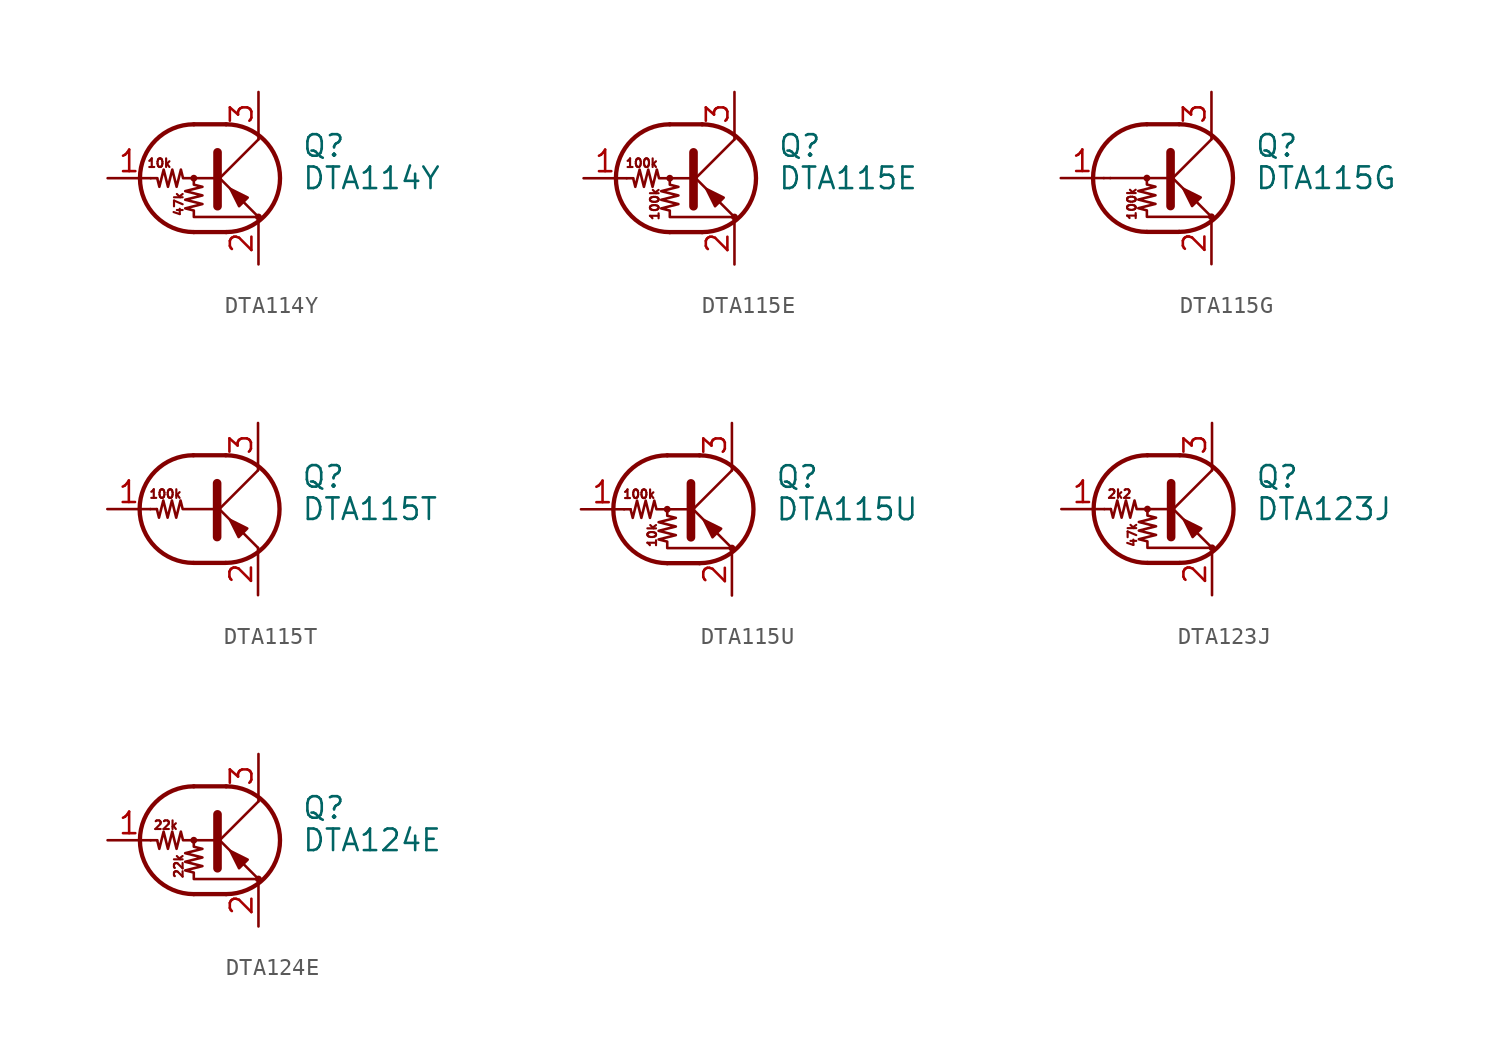
<source format=kicad_sym>
(kicad_symbol_lib
  (version 20201005)
  (generator kicad_symbol_editor)
  (symbol "DTA114Y"
    (pin_names
      (offset 0) hide)
    (property "Reference" "Q"
      (at 5.08 1.905 0)
      (effects (font (size 1.27 1.27)) (justify left)))
    (property "Value" "DTA114Y"
      (at 5.08 0 0)
      (effects (font (size 1.27 1.27)) (justify left)))
    (symbol "DTA114Y_0_0"
      (text "10k" (at -3.302 0.889 0) (effects (font (size 0.508 0.508))))
      (text "47k" (at -2.159 -1.524 900) (effects (font (size 0.508 0.508)))))
    (symbol "DTA114Y_0_1"
      (arc (start -1.27 3.175) (end -1.27 -3.175) (radius (at -1.27 0) (length 3.175) (angles 90.1 -90.1)) (stroke (width 0.254)) (fill (type none)))
      (arc (start 0.635 -3.175) (end 0.635 3.175) (radius (at 0.635 0) (length 3.175) (angles -89.9 89.9)) (stroke (width 0.254)) (fill (type none)))
      (circle (center -1.27 0) (radius 0.127) (stroke (width 0)) (fill (type none)))
      (circle (center 2.54 -2.286) (radius 0.127) (stroke (width 0)) (fill (type none)))
      (polyline (pts (xy -3.429 0) (xy -3.81 0)) (stroke (width 0)) (fill (type none)))
      (polyline (pts (xy -1.27 -3.175) (xy 0.635 -3.175)) (stroke (width 0.254)) (fill (type none)))
      (polyline (pts (xy -1.27 3.175) (xy 0.635 3.175)) (stroke (width 0.254)) (fill (type none)))
      (polyline (pts (xy 0 -0.254) (xy 2.54 2.286)) (stroke (width 0)) (fill (type none)))
      (polyline (pts (xy 0.127 1.524) (xy 0.127 -1.651)) (stroke (width 0.508)) (fill (type outline)))
      (polyline (pts (xy 2.54 2.286) (xy 2.54 2.54)) (stroke (width 0)) (fill (type none)))
      (polyline (pts (xy 2.54 -2.286) (xy 0 0.254) (xy 0 0.254)) (stroke (width 0)) (fill (type none)))
      (polyline (pts (xy 1.397 -1.651) (xy 1.905 -1.143) (xy 0.889 -0.635) (xy 1.397 -1.651)) (stroke (width 0)) (fill (type outline)))
      (polyline (pts (xy 0 0) (xy -1.905 0) (xy -2.032 0.508) (xy -2.286 -0.508) (xy -2.54 0.508) (xy -2.794 -0.508) (xy -3.048 0.508) (xy -3.302 -0.508) (xy -3.429 0)) (stroke (width 0)) (fill (type none)))
      (polyline (pts (xy -1.27 0) (xy -1.27 -0.381) (xy -0.762 -0.508) (xy -1.778 -0.762) (xy -0.762 -1.016) (xy -1.778 -1.27) (xy -0.762 -1.524) (xy -1.778 -1.778) (xy -1.27 -1.905) (xy -1.27 -2.286) (xy 2.54 -2.286)) (stroke (width 0)) (fill (type none))))
    (symbol "DTA114Y_1_1"
      (pin input line (at -6.35 0 0) (length 2.54) (name "B" (effects (font (size 1.27 1.27)))) (number "1" (effects (font (size 1.27 1.27)))))
      (pin passive line (at 2.54 -5.08 90) (length 2.54) (name "E" (effects (font (size 1.27 1.27)))) (number "2" (effects (font (size 1.27 1.27)))))
      (pin passive line (at 2.54 5.08 270) (length 2.54) (name "C" (effects (font (size 1.27 1.27)))) (number "3" (effects (font (size 1.27 1.27)))))))
  (symbol "DTA115E"
    (pin_names
      (offset 0) hide)
    (property "Reference" "Q"
      (at 5.08 1.905 0)
      (effects (font (size 1.27 1.27)) (justify left)))
    (property "Value" "DTA115E"
      (at 5.08 0 0)
      (effects (font (size 1.27 1.27)) (justify left)))
    (symbol "DTA115E_0_0"
      (text "100k" (at -2.921 0.889 0) (effects (font (size 0.508 0.508))))
      (text "100k" (at -2.159 -1.524 900) (effects (font (size 0.508 0.508)))))
    (symbol "DTA115E_0_1"
      (arc (start -1.27 3.175) (end -1.27 -3.175) (radius (at -1.27 0) (length 3.175) (angles 90.1 -90.1)) (stroke (width 0.254)) (fill (type none)))
      (arc (start 0.635 -3.175) (end 0.635 3.175) (radius (at 0.635 0) (length 3.175) (angles -89.9 89.9)) (stroke (width 0.254)) (fill (type none)))
      (circle (center -1.27 0) (radius 0.127) (stroke (width 0)) (fill (type none)))
      (circle (center 2.54 -2.286) (radius 0.127) (stroke (width 0)) (fill (type none)))
      (polyline (pts (xy -3.429 0) (xy -3.81 0)) (stroke (width 0)) (fill (type none)))
      (polyline (pts (xy -1.27 -3.175) (xy 0.635 -3.175)) (stroke (width 0.254)) (fill (type none)))
      (polyline (pts (xy -1.27 3.175) (xy 0.635 3.175)) (stroke (width 0.254)) (fill (type none)))
      (polyline (pts (xy 0 -0.254) (xy 2.54 2.286)) (stroke (width 0)) (fill (type none)))
      (polyline (pts (xy 0.127 1.524) (xy 0.127 -1.651)) (stroke (width 0.508)) (fill (type outline)))
      (polyline (pts (xy 2.54 2.286) (xy 2.54 2.54)) (stroke (width 0)) (fill (type none)))
      (polyline (pts (xy 2.54 -2.286) (xy 0 0.254) (xy 0 0.254)) (stroke (width 0)) (fill (type none)))
      (polyline (pts (xy 1.397 -1.651) (xy 1.905 -1.143) (xy 0.889 -0.635) (xy 1.397 -1.651)) (stroke (width 0)) (fill (type outline)))
      (polyline (pts (xy 0 0) (xy -1.905 0) (xy -2.032 0.508) (xy -2.286 -0.508) (xy -2.54 0.508) (xy -2.794 -0.508) (xy -3.048 0.508) (xy -3.302 -0.508) (xy -3.429 0)) (stroke (width 0)) (fill (type none)))
      (polyline (pts (xy -1.27 0) (xy -1.27 -0.381) (xy -0.762 -0.508) (xy -1.778 -0.762) (xy -0.762 -1.016) (xy -1.778 -1.27) (xy -0.762 -1.524) (xy -1.778 -1.778) (xy -1.27 -1.905) (xy -1.27 -2.286) (xy 2.54 -2.286)) (stroke (width 0)) (fill (type none))))
    (symbol "DTA115E_1_1"
      (pin input line (at -6.35 0 0) (length 2.54) (name "B" (effects (font (size 1.27 1.27)))) (number "1" (effects (font (size 1.27 1.27)))))
      (pin passive line (at 2.54 -5.08 90) (length 2.54) (name "E" (effects (font (size 1.27 1.27)))) (number "2" (effects (font (size 1.27 1.27)))))
      (pin passive line (at 2.54 5.08 270) (length 2.54) (name "C" (effects (font (size 1.27 1.27)))) (number "3" (effects (font (size 1.27 1.27)))))))
  (symbol "DTA115G"
    (pin_names
      (offset 0) hide)
    (property "Reference" "Q"
      (at 5.08 1.905 0)
      (effects (font (size 1.27 1.27)) (justify left)))
    (property "Value" "DTA115G"
      (at 5.08 0 0)
      (effects (font (size 1.27 1.27)) (justify left)))
    (symbol "DTA115G_0_0"
      (text "100k" (at -2.159 -1.524 900) (effects (font (size 0.508 0.508))))
      (polyline (pts (xy -3.429 0) (xy 0 0)) (stroke (width 0)) (fill (type none))))
    (symbol "DTA115G_0_1"
      (arc (start -1.27 3.175) (end -1.27 -3.175) (radius (at -1.27 0) (length 3.175) (angles 90.1 -90.1)) (stroke (width 0.254)) (fill (type none)))
      (arc (start 0.635 -3.175) (end 0.635 3.175) (radius (at 0.635 0) (length 3.175) (angles -89.9 89.9)) (stroke (width 0.254)) (fill (type none)))
      (circle (center -1.27 0) (radius 0.127) (stroke (width 0)) (fill (type none)))
      (circle (center 2.54 -2.286) (radius 0.127) (stroke (width 0)) (fill (type none)))
      (polyline (pts (xy -3.429 0) (xy -3.81 0)) (stroke (width 0)) (fill (type none)))
      (polyline (pts (xy -1.27 -3.175) (xy 0.635 -3.175)) (stroke (width 0.254)) (fill (type none)))
      (polyline (pts (xy -1.27 3.175) (xy 0.635 3.175)) (stroke (width 0.254)) (fill (type none)))
      (polyline (pts (xy 0 -0.254) (xy 2.54 2.286)) (stroke (width 0)) (fill (type none)))
      (polyline (pts (xy 0.127 1.524) (xy 0.127 -1.651)) (stroke (width 0.508)) (fill (type outline)))
      (polyline (pts (xy 2.54 2.286) (xy 2.54 2.54)) (stroke (width 0)) (fill (type none)))
      (polyline (pts (xy 2.54 -2.286) (xy 0 0.254) (xy 0 0.254)) (stroke (width 0)) (fill (type none)))
      (polyline (pts (xy 1.397 -1.651) (xy 1.905 -1.143) (xy 0.889 -0.635) (xy 1.397 -1.651)) (stroke (width 0)) (fill (type outline)))
      (polyline (pts (xy -1.27 0) (xy -1.27 -0.381) (xy -0.762 -0.508) (xy -1.778 -0.762) (xy -0.762 -1.016) (xy -1.778 -1.27) (xy -0.762 -1.524) (xy -1.778 -1.778) (xy -1.27 -1.905) (xy -1.27 -2.286) (xy 2.54 -2.286)) (stroke (width 0)) (fill (type none))))
    (symbol "DTA115G_1_1"
      (pin input line (at -6.35 0 0) (length 2.54) (name "B" (effects (font (size 1.27 1.27)))) (number "1" (effects (font (size 1.27 1.27)))))
      (pin passive line (at 2.54 -5.08 90) (length 2.54) (name "E" (effects (font (size 1.27 1.27)))) (number "2" (effects (font (size 1.27 1.27)))))
      (pin passive line (at 2.54 5.08 270) (length 2.54) (name "C" (effects (font (size 1.27 1.27)))) (number "3" (effects (font (size 1.27 1.27)))))))
  (symbol "DTA115T"
    (pin_names
      (offset 0) hide)
    (property "Reference" "Q"
      (at 5.08 1.905 0)
      (effects (font (size 1.27 1.27)) (justify left)))
    (property "Value" "DTA115T"
      (at 5.08 0 0)
      (effects (font (size 1.27 1.27)) (justify left)))
    (symbol "DTA115T_0_0"
      (text "100k" (at -2.921 0.889 0) (effects (font (size 0.508 0.508))))
      (polyline (pts (xy 2.54 -2.286) (xy 2.54 -2.54)) (stroke (width 0)) (fill (type none))))
    (symbol "DTA115T_0_1"
      (arc (start -1.27 3.175) (end -1.27 -3.175) (radius (at -1.27 0) (length 3.175) (angles 90.1 -90.1)) (stroke (width 0.254)) (fill (type none)))
      (arc (start 0.635 -3.175) (end 0.635 3.175) (radius (at 0.635 0) (length 3.175) (angles -89.9 89.9)) (stroke (width 0.254)) (fill (type none)))
      (polyline (pts (xy -3.429 0) (xy -3.81 0)) (stroke (width 0)) (fill (type none)))
      (polyline (pts (xy -1.27 -3.175) (xy 0.635 -3.175)) (stroke (width 0.254)) (fill (type none)))
      (polyline (pts (xy -1.27 3.175) (xy 0.635 3.175)) (stroke (width 0.254)) (fill (type none)))
      (polyline (pts (xy 0 -0.254) (xy 2.54 2.286)) (stroke (width 0)) (fill (type none)))
      (polyline (pts (xy 0.127 1.524) (xy 0.127 -1.651)) (stroke (width 0.508)) (fill (type outline)))
      (polyline (pts (xy 2.54 2.286) (xy 2.54 2.54)) (stroke (width 0)) (fill (type none)))
      (polyline (pts (xy 2.54 -2.286) (xy 0 0.254) (xy 0 0.254)) (stroke (width 0)) (fill (type none)))
      (polyline (pts (xy 1.397 -1.651) (xy 1.905 -1.143) (xy 0.889 -0.635) (xy 1.397 -1.651)) (stroke (width 0)) (fill (type outline)))
      (polyline (pts (xy 0 0) (xy -1.905 0) (xy -2.032 0.508) (xy -2.286 -0.508) (xy -2.54 0.508) (xy -2.794 -0.508) (xy -3.048 0.508) (xy -3.302 -0.508) (xy -3.429 0)) (stroke (width 0)) (fill (type none))))
    (symbol "DTA115T_1_1"
      (pin input line (at -6.35 0 0) (length 2.54) (name "B" (effects (font (size 1.27 1.27)))) (number "1" (effects (font (size 1.27 1.27)))))
      (pin passive line (at 2.54 -5.08 90) (length 2.54) (name "E" (effects (font (size 1.27 1.27)))) (number "2" (effects (font (size 1.27 1.27)))))
      (pin passive line (at 2.54 5.08 270) (length 2.54) (name "C" (effects (font (size 1.27 1.27)))) (number "3" (effects (font (size 1.27 1.27)))))))
  (symbol "DTA115U"
    (pin_names
      (offset 0) hide)
    (property "Reference" "Q"
      (at 5.08 1.905 0)
      (effects (font (size 1.27 1.27)) (justify left)))
    (property "Value" "DTA115U"
      (at 5.08 0 0)
      (effects (font (size 1.27 1.27)) (justify left)))
    (symbol "DTA115U_0_0"
      (text "100k" (at -2.921 0.889 0) (effects (font (size 0.508 0.508))))
      (text "10k" (at -2.159 -1.524 900) (effects (font (size 0.508 0.508)))))
    (symbol "DTA115U_0_1"
      (arc (start -1.27 3.175) (end -1.27 -3.175) (radius (at -1.27 0) (length 3.175) (angles 90.1 -90.1)) (stroke (width 0.254)) (fill (type none)))
      (arc (start 0.635 -3.175) (end 0.635 3.175) (radius (at 0.635 0) (length 3.175) (angles -89.9 89.9)) (stroke (width 0.254)) (fill (type none)))
      (circle (center -1.27 0) (radius 0.127) (stroke (width 0)) (fill (type none)))
      (circle (center 2.54 -2.286) (radius 0.127) (stroke (width 0)) (fill (type none)))
      (polyline (pts (xy -3.429 0) (xy -3.81 0)) (stroke (width 0)) (fill (type none)))
      (polyline (pts (xy -1.27 -3.175) (xy 0.635 -3.175)) (stroke (width 0.254)) (fill (type none)))
      (polyline (pts (xy -1.27 3.175) (xy 0.635 3.175)) (stroke (width 0.254)) (fill (type none)))
      (polyline (pts (xy 0 -0.254) (xy 2.54 2.286)) (stroke (width 0)) (fill (type none)))
      (polyline (pts (xy 0.127 1.524) (xy 0.127 -1.651)) (stroke (width 0.508)) (fill (type outline)))
      (polyline (pts (xy 2.54 2.286) (xy 2.54 2.54)) (stroke (width 0)) (fill (type none)))
      (polyline (pts (xy 2.54 -2.286) (xy 0 0.254) (xy 0 0.254)) (stroke (width 0)) (fill (type none)))
      (polyline (pts (xy 1.397 -1.651) (xy 1.905 -1.143) (xy 0.889 -0.635) (xy 1.397 -1.651)) (stroke (width 0)) (fill (type outline)))
      (polyline (pts (xy 0 0) (xy -1.905 0) (xy -2.032 0.508) (xy -2.286 -0.508) (xy -2.54 0.508) (xy -2.794 -0.508) (xy -3.048 0.508) (xy -3.302 -0.508) (xy -3.429 0)) (stroke (width 0)) (fill (type none)))
      (polyline (pts (xy -1.27 0) (xy -1.27 -0.381) (xy -0.762 -0.508) (xy -1.778 -0.762) (xy -0.762 -1.016) (xy -1.778 -1.27) (xy -0.762 -1.524) (xy -1.778 -1.778) (xy -1.27 -1.905) (xy -1.27 -2.286) (xy 2.54 -2.286)) (stroke (width 0)) (fill (type none))))
    (symbol "DTA115U_1_1"
      (pin input line (at -6.35 0 0) (length 2.54) (name "B" (effects (font (size 1.27 1.27)))) (number "1" (effects (font (size 1.27 1.27)))))
      (pin passive line (at 2.54 -5.08 90) (length 2.54) (name "E" (effects (font (size 1.27 1.27)))) (number "2" (effects (font (size 1.27 1.27)))))
      (pin passive line (at 2.54 5.08 270) (length 2.54) (name "C" (effects (font (size 1.27 1.27)))) (number "3" (effects (font (size 1.27 1.27)))))))
  (symbol "DTA123J"
    (pin_names
      (offset 0) hide)
    (property "Reference" "Q"
      (at 5.08 1.905 0)
      (effects (font (size 1.27 1.27)) (justify left)))
    (property "Value" "DTA123J"
      (at 5.08 0 0)
      (effects (font (size 1.27 1.27)) (justify left)))
    (symbol "DTA123J_0_0"
      (text "2k2" (at -2.921 0.889 0) (effects (font (size 0.508 0.508))))
      (text "47k" (at -2.159 -1.524 900) (effects (font (size 0.508 0.508)))))
    (symbol "DTA123J_0_1"
      (arc (start -1.27 3.175) (end -1.27 -3.175) (radius (at -1.27 0) (length 3.175) (angles 90.1 -90.1)) (stroke (width 0.254)) (fill (type none)))
      (arc (start 0.635 -3.175) (end 0.635 3.175) (radius (at 0.635 0) (length 3.175) (angles -89.9 89.9)) (stroke (width 0.254)) (fill (type none)))
      (circle (center -1.27 0) (radius 0.127) (stroke (width 0)) (fill (type none)))
      (circle (center 2.54 -2.286) (radius 0.127) (stroke (width 0)) (fill (type none)))
      (polyline (pts (xy -3.429 0) (xy -3.81 0)) (stroke (width 0)) (fill (type none)))
      (polyline (pts (xy -1.27 -3.175) (xy 0.635 -3.175)) (stroke (width 0.254)) (fill (type none)))
      (polyline (pts (xy -1.27 3.175) (xy 0.635 3.175)) (stroke (width 0.254)) (fill (type none)))
      (polyline (pts (xy 0 -0.254) (xy 2.54 2.286)) (stroke (width 0)) (fill (type none)))
      (polyline (pts (xy 0.127 1.524) (xy 0.127 -1.651)) (stroke (width 0.508)) (fill (type outline)))
      (polyline (pts (xy 2.54 2.286) (xy 2.54 2.54)) (stroke (width 0)) (fill (type none)))
      (polyline (pts (xy 2.54 -2.286) (xy 0 0.254) (xy 0 0.254)) (stroke (width 0)) (fill (type none)))
      (polyline (pts (xy 1.397 -1.651) (xy 1.905 -1.143) (xy 0.889 -0.635) (xy 1.397 -1.651)) (stroke (width 0)) (fill (type outline)))
      (polyline (pts (xy 0 0) (xy -1.905 0) (xy -2.032 0.508) (xy -2.286 -0.508) (xy -2.54 0.508) (xy -2.794 -0.508) (xy -3.048 0.508) (xy -3.302 -0.508) (xy -3.429 0)) (stroke (width 0)) (fill (type none)))
      (polyline (pts (xy -1.27 0) (xy -1.27 -0.381) (xy -0.762 -0.508) (xy -1.778 -0.762) (xy -0.762 -1.016) (xy -1.778 -1.27) (xy -0.762 -1.524) (xy -1.778 -1.778) (xy -1.27 -1.905) (xy -1.27 -2.286) (xy 2.54 -2.286)) (stroke (width 0)) (fill (type none))))
    (symbol "DTA123J_1_1"
      (pin input line (at -6.35 0 0) (length 2.54) (name "B" (effects (font (size 1.27 1.27)))) (number "1" (effects (font (size 1.27 1.27)))))
      (pin passive line (at 2.54 -5.08 90) (length 2.54) (name "E" (effects (font (size 1.27 1.27)))) (number "2" (effects (font (size 1.27 1.27)))))
      (pin passive line (at 2.54 5.08 270) (length 2.54) (name "C" (effects (font (size 1.27 1.27)))) (number "3" (effects (font (size 1.27 1.27)))))))
  (symbol "DTA124E"
    (pin_names
      (offset 0) hide)
    (property "Reference" "Q"
      (at 5.08 1.905 0)
      (effects (font (size 1.27 1.27)) (justify left)))
    (property "Value" "DTA124E"
      (at 5.08 0 0)
      (effects (font (size 1.27 1.27)) (justify left)))
    (symbol "DTA124E_0_0"
      (text "22k" (at -2.921 0.889 0) (effects (font (size 0.508 0.508))))
      (text "22k" (at -2.159 -1.524 900) (effects (font (size 0.508 0.508)))))
    (symbol "DTA124E_0_1"
      (arc (start -1.27 3.175) (end -1.27 -3.175) (radius (at -1.27 0) (length 3.175) (angles 90.1 -90.1)) (stroke (width 0.254)) (fill (type none)))
      (arc (start 0.635 -3.175) (end 0.635 3.175) (radius (at 0.635 0) (length 3.175) (angles -89.9 89.9)) (stroke (width 0.254)) (fill (type none)))
      (circle (center -1.27 0) (radius 0.127) (stroke (width 0)) (fill (type none)))
      (circle (center 2.54 -2.286) (radius 0.127) (stroke (width 0)) (fill (type none)))
      (polyline (pts (xy -3.429 0) (xy -3.81 0)) (stroke (width 0)) (fill (type none)))
      (polyline (pts (xy -1.27 -3.175) (xy 0.635 -3.175)) (stroke (width 0.254)) (fill (type none)))
      (polyline (pts (xy -1.27 3.175) (xy 0.635 3.175)) (stroke (width 0.254)) (fill (type none)))
      (polyline (pts (xy 0 -0.254) (xy 2.54 2.286)) (stroke (width 0)) (fill (type none)))
      (polyline (pts (xy 0.127 1.524) (xy 0.127 -1.651)) (stroke (width 0.508)) (fill (type outline)))
      (polyline (pts (xy 2.54 2.286) (xy 2.54 2.54)) (stroke (width 0)) (fill (type none)))
      (polyline (pts (xy 2.54 -2.286) (xy 0 0.254) (xy 0 0.254)) (stroke (width 0)) (fill (type none)))
      (polyline (pts (xy 1.397 -1.651) (xy 1.905 -1.143) (xy 0.889 -0.635) (xy 1.397 -1.651)) (stroke (width 0)) (fill (type outline)))
      (polyline (pts (xy 0 0) (xy -1.905 0) (xy -2.032 0.508) (xy -2.286 -0.508) (xy -2.54 0.508) (xy -2.794 -0.508) (xy -3.048 0.508) (xy -3.302 -0.508) (xy -3.429 0)) (stroke (width 0)) (fill (type none)))
      (polyline (pts (xy -1.27 0) (xy -1.27 -0.381) (xy -0.762 -0.508) (xy -1.778 -0.762) (xy -0.762 -1.016) (xy -1.778 -1.27) (xy -0.762 -1.524) (xy -1.778 -1.778) (xy -1.27 -1.905) (xy -1.27 -2.286) (xy 2.54 -2.286)) (stroke (width 0)) (fill (type none))))
    (symbol "DTA124E_1_1"
      (pin input line (at -6.35 0 0) (length 2.54) (name "B" (effects (font (size 1.27 1.27)))) (number "1" (effects (font (size 1.27 1.27)))))
      (pin passive line (at 2.54 -5.08 90) (length 2.54) (name "E" (effects (font (size 1.27 1.27)))) (number "2" (effects (font (size 1.27 1.27)))))
      (pin passive line (at 2.54 5.08 270) (length 2.54) (name "C" (effects (font (size 1.27 1.27)))) (number "3" (effects (font (size 1.27 1.27))))))))
</source>
